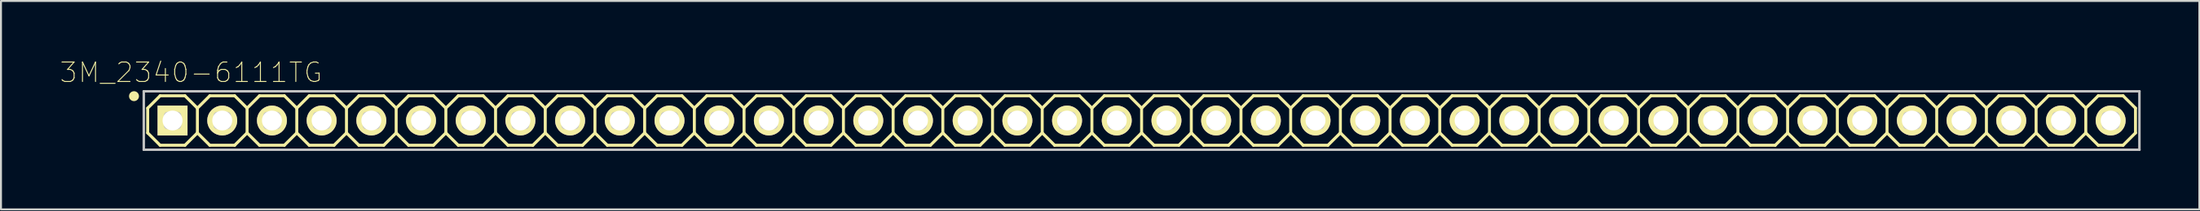
<source format=kicad_pcb>
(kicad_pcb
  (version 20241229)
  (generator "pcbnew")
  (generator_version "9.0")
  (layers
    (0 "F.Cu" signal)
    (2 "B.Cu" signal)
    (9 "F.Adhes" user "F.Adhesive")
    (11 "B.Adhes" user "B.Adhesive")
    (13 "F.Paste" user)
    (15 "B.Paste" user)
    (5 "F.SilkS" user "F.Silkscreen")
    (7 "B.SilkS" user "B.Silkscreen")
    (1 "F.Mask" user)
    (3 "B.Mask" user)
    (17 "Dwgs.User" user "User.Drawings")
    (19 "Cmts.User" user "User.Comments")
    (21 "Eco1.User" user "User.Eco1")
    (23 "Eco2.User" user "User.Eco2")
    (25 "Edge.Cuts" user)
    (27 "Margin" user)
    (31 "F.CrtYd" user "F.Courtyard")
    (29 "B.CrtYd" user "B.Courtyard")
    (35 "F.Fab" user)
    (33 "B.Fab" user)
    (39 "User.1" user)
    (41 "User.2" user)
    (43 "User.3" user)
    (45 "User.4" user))
  (footprint "3M_2340-6111TG"
    (layer "F.Cu")
    (at 55.299 3.137)
    (property "Reference" "3M_2340-6111TG" (at -48.586 -2.464 0) (layer "F.SilkS") (effects (font (size 1 1) (thickness 0.05))))
    (attr through_hole)
    (fp_line (start -50.8 -0.635) (end -50.8 0.635) (stroke (width 0.152) (type solid)) (layer "F.SilkS"))
    (fp_line (start -50.8 0.635) (end -50.165 1.27) (stroke (width 0.152) (type solid)) (layer "F.SilkS"))
    (fp_line (start -50.165 -1.27) (end -50.8 -0.635) (stroke (width 0.152) (type solid)) (layer "F.SilkS"))
    (fp_line (start -50.165 -1.27) (end -48.895 -1.27) (stroke (width 0.152) (type solid)) (layer "F.SilkS"))
    (fp_line (start -48.895 -1.27) (end -48.26 -0.635) (stroke (width 0.152) (type solid)) (layer "F.SilkS"))
    (fp_line (start -48.895 1.27) (end -50.165 1.27) (stroke (width 0.152) (type solid)) (layer "F.SilkS"))
    (fp_line (start -48.26 -0.635) (end -48.26 0.635) (stroke (width 0.152) (type solid)) (layer "F.SilkS"))
    (fp_line (start -48.26 -0.635) (end -47.625 -1.27) (stroke (width 0.152) (type solid)) (layer "F.SilkS"))
    (fp_line (start -48.26 0.635) (end -48.895 1.27) (stroke (width 0.152) (type solid)) (layer "F.SilkS"))
    (fp_line (start -47.625 -1.27) (end -46.355 -1.27) (stroke (width 0.152) (type solid)) (layer "F.SilkS"))
    (fp_line (start -47.625 1.27) (end -48.26 0.635) (stroke (width 0.152) (type solid)) (layer "F.SilkS"))
    (fp_line (start -46.355 -1.27) (end -45.72 -0.635) (stroke (width 0.152) (type solid)) (layer "F.SilkS"))
    (fp_line (start -46.355 1.27) (end -47.625 1.27) (stroke (width 0.152) (type solid)) (layer "F.SilkS"))
    (fp_line (start -45.72 -0.635) (end -45.72 0.635) (stroke (width 0.152) (type solid)) (layer "F.SilkS"))
    (fp_line (start -45.72 -0.635) (end -45.085 -1.27) (stroke (width 0.152) (type solid)) (layer "F.SilkS"))
    (fp_line (start -45.72 0.635) (end -46.355 1.27) (stroke (width 0.152) (type solid)) (layer "F.SilkS"))
    (fp_line (start -45.085 -1.27) (end -43.815 -1.27) (stroke (width 0.152) (type solid)) (layer "F.SilkS"))
    (fp_line (start -45.085 1.27) (end -45.72 0.635) (stroke (width 0.152) (type solid)) (layer "F.SilkS"))
    (fp_line (start -43.815 -1.27) (end -43.18 -0.635) (stroke (width 0.152) (type solid)) (layer "F.SilkS"))
    (fp_line (start -43.815 1.27) (end -45.085 1.27) (stroke (width 0.152) (type solid)) (layer "F.SilkS"))
    (fp_line (start -43.18 -0.635) (end -43.18 0.635) (stroke (width 0.152) (type solid)) (layer "F.SilkS"))
    (fp_line (start -43.18 0.635) (end -43.815 1.27) (stroke (width 0.152) (type solid)) (layer "F.SilkS"))
    (fp_line (start -43.18 0.635) (end -42.545 1.27) (stroke (width 0.152) (type solid)) (layer "F.SilkS"))
    (fp_line (start -42.545 -1.27) (end -43.18 -0.635) (stroke (width 0.152) (type solid)) (layer "F.SilkS"))
    (fp_line (start -42.545 -1.27) (end -41.275 -1.27) (stroke (width 0.152) (type solid)) (layer "F.SilkS"))
    (fp_line (start -41.275 -1.27) (end -40.64 -0.635) (stroke (width 0.152) (type solid)) (layer "F.SilkS"))
    (fp_line (start -41.275 1.27) (end -42.545 1.27) (stroke (width 0.152) (type solid)) (layer "F.SilkS"))
    (fp_line (start -40.64 -0.635) (end -40.64 0.635) (stroke (width 0.152) (type solid)) (layer "F.SilkS"))
    (fp_line (start -40.64 -0.635) (end -40.005 -1.27) (stroke (width 0.152) (type solid)) (layer "F.SilkS"))
    (fp_line (start -40.64 0.635) (end -41.275 1.27) (stroke (width 0.152) (type solid)) (layer "F.SilkS"))
    (fp_line (start -40.005 -1.27) (end -38.735 -1.27) (stroke (width 0.152) (type solid)) (layer "F.SilkS"))
    (fp_line (start -40.005 1.27) (end -40.64 0.635) (stroke (width 0.152) (type solid)) (layer "F.SilkS"))
    (fp_line (start -38.735 -1.27) (end -38.1 -0.635) (stroke (width 0.152) (type solid)) (layer "F.SilkS"))
    (fp_line (start -38.735 1.27) (end -40.005 1.27) (stroke (width 0.152) (type solid)) (layer "F.SilkS"))
    (fp_line (start -38.1 -0.635) (end -38.1 0.635) (stroke (width 0.152) (type solid)) (layer "F.SilkS"))
    (fp_line (start -38.1 -0.635) (end -37.465 -1.27) (stroke (width 0.152) (type solid)) (layer "F.SilkS"))
    (fp_line (start -38.1 0.635) (end -38.735 1.27) (stroke (width 0.152) (type solid)) (layer "F.SilkS"))
    (fp_line (start -37.465 -1.27) (end -36.195 -1.27) (stroke (width 0.152) (type solid)) (layer "F.SilkS"))
    (fp_line (start -37.465 1.27) (end -38.1 0.635) (stroke (width 0.152) (type solid)) (layer "F.SilkS"))
    (fp_line (start -36.195 -1.27) (end -35.56 -0.635) (stroke (width 0.152) (type solid)) (layer "F.SilkS"))
    (fp_line (start -36.195 1.27) (end -37.465 1.27) (stroke (width 0.152) (type solid)) (layer "F.SilkS"))
    (fp_line (start -35.56 -0.635) (end -35.56 0.635) (stroke (width 0.152) (type solid)) (layer "F.SilkS"))
    (fp_line (start -35.56 0.635) (end -36.195 1.27) (stroke (width 0.152) (type solid)) (layer "F.SilkS"))
    (fp_line (start -35.56 0.635) (end -34.925 1.27) (stroke (width 0.152) (type solid)) (layer "F.SilkS"))
    (fp_line (start -34.925 -1.27) (end -35.56 -0.635) (stroke (width 0.152) (type solid)) (layer "F.SilkS"))
    (fp_line (start -34.925 -1.27) (end -33.655 -1.27) (stroke (width 0.152) (type solid)) (layer "F.SilkS"))
    (fp_line (start -33.655 -1.27) (end -33.02 -0.635) (stroke (width 0.152) (type solid)) (layer "F.SilkS"))
    (fp_line (start -33.655 1.27) (end -34.925 1.27) (stroke (width 0.152) (type solid)) (layer "F.SilkS"))
    (fp_line (start -33.02 -0.635) (end -33.02 0.635) (stroke (width 0.152) (type solid)) (layer "F.SilkS"))
    (fp_line (start -33.02 -0.635) (end -32.385 -1.27) (stroke (width 0.152) (type solid)) (layer "F.SilkS"))
    (fp_line (start -33.02 0.635) (end -33.655 1.27) (stroke (width 0.152) (type solid)) (layer "F.SilkS"))
    (fp_line (start -32.385 -1.27) (end -31.115 -1.27) (stroke (width 0.152) (type solid)) (layer "F.SilkS"))
    (fp_line (start -32.385 1.27) (end -33.02 0.635) (stroke (width 0.152) (type solid)) (layer "F.SilkS"))
    (fp_line (start -31.115 -1.27) (end -30.48 -0.635) (stroke (width 0.152) (type solid)) (layer "F.SilkS"))
    (fp_line (start -31.115 1.27) (end -32.385 1.27) (stroke (width 0.152) (type solid)) (layer "F.SilkS"))
    (fp_line (start -30.48 -0.635) (end -30.48 0.635) (stroke (width 0.152) (type solid)) (layer "F.SilkS"))
    (fp_line (start -30.48 -0.635) (end -29.845 -1.27) (stroke (width 0.152) (type solid)) (layer "F.SilkS"))
    (fp_line (start -30.48 0.635) (end -31.115 1.27) (stroke (width 0.152) (type solid)) (layer "F.SilkS"))
    (fp_line (start -29.845 -1.27) (end -28.575 -1.27) (stroke (width 0.152) (type solid)) (layer "F.SilkS"))
    (fp_line (start -29.845 1.27) (end -30.48 0.635) (stroke (width 0.152) (type solid)) (layer "F.SilkS"))
    (fp_line (start -28.575 -1.27) (end -27.94 -0.635) (stroke (width 0.152) (type solid)) (layer "F.SilkS"))
    (fp_line (start -28.575 1.27) (end -29.845 1.27) (stroke (width 0.152) (type solid)) (layer "F.SilkS"))
    (fp_line (start -27.94 -0.635) (end -27.94 0.635) (stroke (width 0.152) (type solid)) (layer "F.SilkS"))
    (fp_line (start -27.94 0.635) (end -28.575 1.27) (stroke (width 0.152) (type solid)) (layer "F.SilkS"))
    (fp_line (start -27.94 0.635) (end -27.305 1.27) (stroke (width 0.152) (type solid)) (layer "F.SilkS"))
    (fp_line (start -27.305 -1.27) (end -27.94 -0.635) (stroke (width 0.152) (type solid)) (layer "F.SilkS"))
    (fp_line (start -27.305 -1.27) (end -26.035 -1.27) (stroke (width 0.152) (type solid)) (layer "F.SilkS"))
    (fp_line (start -26.035 -1.27) (end -25.4 -0.635) (stroke (width 0.152) (type solid)) (layer "F.SilkS"))
    (fp_line (start -26.035 1.27) (end -27.305 1.27) (stroke (width 0.152) (type solid)) (layer "F.SilkS"))
    (fp_line (start -25.4 -0.635) (end -25.4 0.635) (stroke (width 0.152) (type solid)) (layer "F.SilkS"))
    (fp_line (start -25.4 -0.635) (end -24.765 -1.27) (stroke (width 0.152) (type solid)) (layer "F.SilkS"))
    (fp_line (start -25.4 0.635) (end -26.035 1.27) (stroke (width 0.152) (type solid)) (layer "F.SilkS"))
    (fp_line (start -24.765 -1.27) (end -23.495 -1.27) (stroke (width 0.152) (type solid)) (layer "F.SilkS"))
    (fp_line (start -24.765 1.27) (end -25.4 0.635) (stroke (width 0.152) (type solid)) (layer "F.SilkS"))
    (fp_line (start -23.495 -1.27) (end -22.86 -0.635) (stroke (width 0.152) (type solid)) (layer "F.SilkS"))
    (fp_line (start -23.495 1.27) (end -24.765 1.27) (stroke (width 0.152) (type solid)) (layer "F.SilkS"))
    (fp_line (start -22.86 -0.635) (end -22.86 0.635) (stroke (width 0.152) (type solid)) (layer "F.SilkS"))
    (fp_line (start -22.86 -0.635) (end -22.225 -1.27) (stroke (width 0.152) (type solid)) (layer "F.SilkS"))
    (fp_line (start -22.86 0.635) (end -23.495 1.27) (stroke (width 0.152) (type solid)) (layer "F.SilkS"))
    (fp_line (start -22.225 -1.27) (end -20.955 -1.27) (stroke (width 0.152) (type solid)) (layer "F.SilkS"))
    (fp_line (start -22.225 1.27) (end -22.86 0.635) (stroke (width 0.152) (type solid)) (layer "F.SilkS"))
    (fp_line (start -20.955 -1.27) (end -20.32 -0.635) (stroke (width 0.152) (type solid)) (layer "F.SilkS"))
    (fp_line (start -20.955 1.27) (end -22.225 1.27) (stroke (width 0.152) (type solid)) (layer "F.SilkS"))
    (fp_line (start -20.32 -0.635) (end -20.32 0.635) (stroke (width 0.152) (type solid)) (layer "F.SilkS"))
    (fp_line (start -20.32 0.635) (end -20.955 1.27) (stroke (width 0.152) (type solid)) (layer "F.SilkS"))
    (fp_line (start -20.32 0.635) (end -19.685 1.27) (stroke (width 0.152) (type solid)) (layer "F.SilkS"))
    (fp_line (start -19.685 -1.27) (end -20.32 -0.635) (stroke (width 0.152) (type solid)) (layer "F.SilkS"))
    (fp_line (start -19.685 -1.27) (end -18.415 -1.27) (stroke (width 0.152) (type solid)) (layer "F.SilkS"))
    (fp_line (start -18.415 -1.27) (end -17.78 -0.635) (stroke (width 0.152) (type solid)) (layer "F.SilkS"))
    (fp_line (start -18.415 1.27) (end -19.685 1.27) (stroke (width 0.152) (type solid)) (layer "F.SilkS"))
    (fp_line (start -17.78 -0.635) (end -17.78 0.635) (stroke (width 0.152) (type solid)) (layer "F.SilkS"))
    (fp_line (start -17.78 -0.635) (end -17.145 -1.27) (stroke (width 0.152) (type solid)) (layer "F.SilkS"))
    (fp_line (start -17.78 0.635) (end -18.415 1.27) (stroke (width 0.152) (type solid)) (layer "F.SilkS"))
    (fp_line (start -17.145 -1.27) (end -15.875 -1.27) (stroke (width 0.152) (type solid)) (layer "F.SilkS"))
    (fp_line (start -17.145 1.27) (end -17.78 0.635) (stroke (width 0.152) (type solid)) (layer "F.SilkS"))
    (fp_line (start -15.875 -1.27) (end -15.24 -0.635) (stroke (width 0.152) (type solid)) (layer "F.SilkS"))
    (fp_line (start -15.875 1.27) (end -17.145 1.27) (stroke (width 0.152) (type solid)) (layer "F.SilkS"))
    (fp_line (start -15.24 -0.635) (end -15.24 0.635) (stroke (width 0.152) (type solid)) (layer "F.SilkS"))
    (fp_line (start -15.24 -0.635) (end -14.605 -1.27) (stroke (width 0.152) (type solid)) (layer "F.SilkS"))
    (fp_line (start -15.24 0.635) (end -15.875 1.27) (stroke (width 0.152) (type solid)) (layer "F.SilkS"))
    (fp_line (start -14.605 -1.27) (end -13.335 -1.27) (stroke (width 0.152) (type solid)) (layer "F.SilkS"))
    (fp_line (start -14.605 1.27) (end -15.24 0.635) (stroke (width 0.152) (type solid)) (layer "F.SilkS"))
    (fp_line (start -13.335 -1.27) (end -12.7 -0.635) (stroke (width 0.152) (type solid)) (layer "F.SilkS"))
    (fp_line (start -13.335 1.27) (end -14.605 1.27) (stroke (width 0.152) (type solid)) (layer "F.SilkS"))
    (fp_line (start -12.7 -0.635) (end -12.7 0.635) (stroke (width 0.152) (type solid)) (layer "F.SilkS"))
    (fp_line (start -12.7 0.635) (end -13.335 1.27) (stroke (width 0.152) (type solid)) (layer "F.SilkS"))
    (fp_line (start -12.7 0.635) (end -12.065 1.27) (stroke (width 0.152) (type solid)) (layer "F.SilkS"))
    (fp_line (start -12.065 -1.27) (end -12.7 -0.635) (stroke (width 0.152) (type solid)) (layer "F.SilkS"))
    (fp_line (start -12.065 -1.27) (end -10.795 -1.27) (stroke (width 0.152) (type solid)) (layer "F.SilkS"))
    (fp_line (start -10.795 -1.27) (end -10.16 -0.635) (stroke (width 0.152) (type solid)) (layer "F.SilkS"))
    (fp_line (start -10.795 1.27) (end -12.065 1.27) (stroke (width 0.152) (type solid)) (layer "F.SilkS"))
    (fp_line (start -10.16 -0.635) (end -10.16 0.635) (stroke (width 0.152) (type solid)) (layer "F.SilkS"))
    (fp_line (start -10.16 -0.635) (end -9.525 -1.27) (stroke (width 0.152) (type solid)) (layer "F.SilkS"))
    (fp_line (start -10.16 0.635) (end -10.795 1.27) (stroke (width 0.152) (type solid)) (layer "F.SilkS"))
    (fp_line (start -9.525 -1.27) (end -8.255 -1.27) (stroke (width 0.152) (type solid)) (layer "F.SilkS"))
    (fp_line (start -9.525 1.27) (end -10.16 0.635) (stroke (width 0.152) (type solid)) (layer "F.SilkS"))
    (fp_line (start -8.255 -1.27) (end -7.62 -0.635) (stroke (width 0.152) (type solid)) (layer "F.SilkS"))
    (fp_line (start -8.255 1.27) (end -9.525 1.27) (stroke (width 0.152) (type solid)) (layer "F.SilkS"))
    (fp_line (start -7.62 -0.635) (end -7.62 0.635) (stroke (width 0.152) (type solid)) (layer "F.SilkS"))
    (fp_line (start -7.62 -0.635) (end -6.985 -1.27) (stroke (width 0.152) (type solid)) (layer "F.SilkS"))
    (fp_line (start -7.62 0.635) (end -8.255 1.27) (stroke (width 0.152) (type solid)) (layer "F.SilkS"))
    (fp_line (start -6.985 -1.27) (end -5.715 -1.27) (stroke (width 0.152) (type solid)) (layer "F.SilkS"))
    (fp_line (start -6.985 1.27) (end -7.62 0.635) (stroke (width 0.152) (type solid)) (layer "F.SilkS"))
    (fp_line (start -5.715 -1.27) (end -5.08 -0.635) (stroke (width 0.152) (type solid)) (layer "F.SilkS"))
    (fp_line (start -5.715 1.27) (end -6.985 1.27) (stroke (width 0.152) (type solid)) (layer "F.SilkS"))
    (fp_line (start -5.08 -0.635) (end -5.08 0.635) (stroke (width 0.152) (type solid)) (layer "F.SilkS"))
    (fp_line (start -5.08 0.635) (end -5.715 1.27) (stroke (width 0.152) (type solid)) (layer "F.SilkS"))
    (fp_line (start -5.08 0.635) (end -4.445 1.27) (stroke (width 0.152) (type solid)) (layer "F.SilkS"))
    (fp_line (start -4.445 -1.27) (end -5.08 -0.635) (stroke (width 0.152) (type solid)) (layer "F.SilkS"))
    (fp_line (start -4.445 -1.27) (end -3.175 -1.27) (stroke (width 0.152) (type solid)) (layer "F.SilkS"))
    (fp_line (start -3.175 -1.27) (end -2.54 -0.635) (stroke (width 0.152) (type solid)) (layer "F.SilkS"))
    (fp_line (start -3.175 1.27) (end -4.445 1.27) (stroke (width 0.152) (type solid)) (layer "F.SilkS"))
    (fp_line (start -2.54 -0.635) (end -2.54 0.635) (stroke (width 0.152) (type solid)) (layer "F.SilkS"))
    (fp_line (start -2.54 0.635) (end -3.175 1.27) (stroke (width 0.152) (type solid)) (layer "F.SilkS"))
    (fp_line (start -2.54 0.635) (end -1.905 1.27) (stroke (width 0.152) (type solid)) (layer "F.SilkS"))
    (fp_line (start -1.905 -1.27) (end -2.54 -0.635) (stroke (width 0.152) (type solid)) (layer "F.SilkS"))
    (fp_line (start -1.905 -1.27) (end -0.635 -1.27) (stroke (width 0.152) (type solid)) (layer "F.SilkS"))
    (fp_line (start -0.635 -1.27) (end 0 -0.635) (stroke (width 0.152) (type solid)) (layer "F.SilkS"))
    (fp_line (start -0.635 1.27) (end -1.905 1.27) (stroke (width 0.152) (type solid)) (layer "F.SilkS"))
    (fp_line (start 0 -0.635) (end 0 0.635) (stroke (width 0.152) (type solid)) (layer "F.SilkS"))
    (fp_line (start 0 0.635) (end -0.635 1.27) (stroke (width 0.152) (type solid)) (layer "F.SilkS"))
    (fp_line (start 0 0.635) (end 0.635 1.27) (stroke (width 0.152) (type solid)) (layer "F.SilkS"))
    (fp_line (start 0.635 -1.27) (end 0 -0.635) (stroke (width 0.152) (type solid)) (layer "F.SilkS"))
    (fp_line (start 0.635 -1.27) (end 1.905 -1.27) (stroke (width 0.152) (type solid)) (layer "F.SilkS"))
    (fp_line (start 1.905 -1.27) (end 2.54 -0.635) (stroke (width 0.152) (type solid)) (layer "F.SilkS"))
    (fp_line (start 1.905 1.27) (end 0.635 1.27) (stroke (width 0.152) (type solid)) (layer "F.SilkS"))
    (fp_line (start 2.54 -0.635) (end 2.54 0.635) (stroke (width 0.152) (type solid)) (layer "F.SilkS"))
    (fp_line (start 2.54 0.635) (end 1.905 1.27) (stroke (width 0.152) (type solid)) (layer "F.SilkS"))
    (fp_line (start 2.54 0.635) (end 3.175 1.27) (stroke (width 0.152) (type solid)) (layer "F.SilkS"))
    (fp_line (start 3.175 -1.27) (end 2.54 -0.635) (stroke (width 0.152) (type solid)) (layer "F.SilkS"))
    (fp_line (start 3.175 -1.27) (end 4.445 -1.27) (stroke (width 0.152) (type solid)) (layer "F.SilkS"))
    (fp_line (start 4.445 -1.27) (end 5.08 -0.635) (stroke (width 0.152) (type solid)) (layer "F.SilkS"))
    (fp_line (start 4.445 1.27) (end 3.175 1.27) (stroke (width 0.152) (type solid)) (layer "F.SilkS"))
    (fp_line (start 5.08 -0.635) (end 5.08 0.635) (stroke (width 0.152) (type solid)) (layer "F.SilkS"))
    (fp_line (start 5.08 0.635) (end 4.445 1.27) (stroke (width 0.152) (type solid)) (layer "F.SilkS"))
    (fp_line (start 5.08 0.635) (end 5.715 1.27) (stroke (width 0.152) (type solid)) (layer "F.SilkS"))
    (fp_line (start 5.715 -1.27) (end 5.08 -0.635) (stroke (width 0.152) (type solid)) (layer "F.SilkS"))
    (fp_line (start 5.715 -1.27) (end 6.985 -1.27) (stroke (width 0.152) (type solid)) (layer "F.SilkS"))
    (fp_line (start 6.985 -1.27) (end 7.62 -0.635) (stroke (width 0.152) (type solid)) (layer "F.SilkS"))
    (fp_line (start 6.985 1.27) (end 5.715 1.27) (stroke (width 0.152) (type solid)) (layer "F.SilkS"))
    (fp_line (start 7.62 -0.635) (end 7.62 0.635) (stroke (width 0.152) (type solid)) (layer "F.SilkS"))
    (fp_line (start 7.62 0.635) (end 6.985 1.27) (stroke (width 0.152) (type solid)) (layer "F.SilkS"))
    (fp_line (start 7.62 0.635) (end 8.255 1.27) (stroke (width 0.152) (type solid)) (layer "F.SilkS"))
    (fp_line (start 8.255 -1.27) (end 7.62 -0.635) (stroke (width 0.152) (type solid)) (layer "F.SilkS"))
    (fp_line (start 8.255 -1.27) (end 9.525 -1.27) (stroke (width 0.152) (type solid)) (layer "F.SilkS"))
    (fp_line (start 9.525 -1.27) (end 10.16 -0.635) (stroke (width 0.152) (type solid)) (layer "F.SilkS"))
    (fp_line (start 9.525 1.27) (end 8.255 1.27) (stroke (width 0.152) (type solid)) (layer "F.SilkS"))
    (fp_line (start 10.16 -0.635) (end 10.16 0.635) (stroke (width 0.152) (type solid)) (layer "F.SilkS"))
    (fp_line (start 10.16 0.635) (end 9.525 1.27) (stroke (width 0.152) (type solid)) (layer "F.SilkS"))
    (fp_line (start 10.16 0.635) (end 10.795 1.27) (stroke (width 0.152) (type solid)) (layer "F.SilkS"))
    (fp_line (start 10.795 -1.27) (end 10.16 -0.635) (stroke (width 0.152) (type solid)) (layer "F.SilkS"))
    (fp_line (start 10.795 -1.27) (end 12.065 -1.27) (stroke (width 0.152) (type solid)) (layer "F.SilkS"))
    (fp_line (start 12.065 -1.27) (end 12.7 -0.635) (stroke (width 0.152) (type solid)) (layer "F.SilkS"))
    (fp_line (start 12.065 1.27) (end 10.795 1.27) (stroke (width 0.152) (type solid)) (layer "F.SilkS"))
    (fp_line (start 12.7 -0.635) (end 12.7 0.635) (stroke (width 0.152) (type solid)) (layer "F.SilkS"))
    (fp_line (start 12.7 0.635) (end 12.065 1.27) (stroke (width 0.152) (type solid)) (layer "F.SilkS"))
    (fp_line (start 12.7 0.635) (end 13.335 1.27) (stroke (width 0.152) (type solid)) (layer "F.SilkS"))
    (fp_line (start 13.335 -1.27) (end 12.7 -0.635) (stroke (width 0.152) (type solid)) (layer "F.SilkS"))
    (fp_line (start 13.335 -1.27) (end 14.605 -1.27) (stroke (width 0.152) (type solid)) (layer "F.SilkS"))
    (fp_line (start 14.605 -1.27) (end 15.24 -0.635) (stroke (width 0.152) (type solid)) (layer "F.SilkS"))
    (fp_line (start 14.605 1.27) (end 13.335 1.27) (stroke (width 0.152) (type solid)) (layer "F.SilkS"))
    (fp_line (start 15.24 -0.635) (end 15.24 0.635) (stroke (width 0.152) (type solid)) (layer "F.SilkS"))
    (fp_line (start 15.24 0.635) (end 14.605 1.27) (stroke (width 0.152) (type solid)) (layer "F.SilkS"))
    (fp_line (start 15.24 0.635) (end 15.875 1.27) (stroke (width 0.152) (type solid)) (layer "F.SilkS"))
    (fp_line (start 15.875 -1.27) (end 15.24 -0.635) (stroke (width 0.152) (type solid)) (layer "F.SilkS"))
    (fp_line (start 15.875 -1.27) (end 17.145 -1.27) (stroke (width 0.152) (type solid)) (layer "F.SilkS"))
    (fp_line (start 17.145 -1.27) (end 17.78 -0.635) (stroke (width 0.152) (type solid)) (layer "F.SilkS"))
    (fp_line (start 17.145 1.27) (end 15.875 1.27) (stroke (width 0.152) (type solid)) (layer "F.SilkS"))
    (fp_line (start 17.78 -0.635) (end 17.78 0.635) (stroke (width 0.152) (type solid)) (layer "F.SilkS"))
    (fp_line (start 17.78 0.635) (end 17.145 1.27) (stroke (width 0.152) (type solid)) (layer "F.SilkS"))
    (fp_line (start 17.78 0.635) (end 18.415 1.27) (stroke (width 0.152) (type solid)) (layer "F.SilkS"))
    (fp_line (start 18.415 -1.27) (end 17.78 -0.635) (stroke (width 0.152) (type solid)) (layer "F.SilkS"))
    (fp_line (start 18.415 -1.27) (end 19.685 -1.27) (stroke (width 0.152) (type solid)) (layer "F.SilkS"))
    (fp_line (start 19.685 -1.27) (end 20.32 -0.635) (stroke (width 0.152) (type solid)) (layer "F.SilkS"))
    (fp_line (start 19.685 1.27) (end 18.415 1.27) (stroke (width 0.152) (type solid)) (layer "F.SilkS"))
    (fp_line (start 20.32 -0.635) (end 20.32 0.635) (stroke (width 0.152) (type solid)) (layer "F.SilkS"))
    (fp_line (start 20.32 0.635) (end 19.685 1.27) (stroke (width 0.152) (type solid)) (layer "F.SilkS"))
    (fp_line (start 20.32 0.635) (end 20.955 1.27) (stroke (width 0.152) (type solid)) (layer "F.SilkS"))
    (fp_line (start 20.955 -1.27) (end 20.32 -0.635) (stroke (width 0.152) (type solid)) (layer "F.SilkS"))
    (fp_line (start 20.955 -1.27) (end 22.225 -1.27) (stroke (width 0.152) (type solid)) (layer "F.SilkS"))
    (fp_line (start 22.225 -1.27) (end 22.86 -0.635) (stroke (width 0.152) (type solid)) (layer "F.SilkS"))
    (fp_line (start 22.225 1.27) (end 20.955 1.27) (stroke (width 0.152) (type solid)) (layer "F.SilkS"))
    (fp_line (start 22.86 -0.635) (end 22.86 0.635) (stroke (width 0.152) (type solid)) (layer "F.SilkS"))
    (fp_line (start 22.86 0.635) (end 22.225 1.27) (stroke (width 0.152) (type solid)) (layer "F.SilkS"))
    (fp_line (start 22.86 0.635) (end 23.495 1.27) (stroke (width 0.152) (type solid)) (layer "F.SilkS"))
    (fp_line (start 23.495 -1.27) (end 22.86 -0.635) (stroke (width 0.152) (type solid)) (layer "F.SilkS"))
    (fp_line (start 23.495 -1.27) (end 24.765 -1.27) (stroke (width 0.152) (type solid)) (layer "F.SilkS"))
    (fp_line (start 24.765 -1.27) (end 25.4 -0.635) (stroke (width 0.152) (type solid)) (layer "F.SilkS"))
    (fp_line (start 24.765 1.27) (end 23.495 1.27) (stroke (width 0.152) (type solid)) (layer "F.SilkS"))
    (fp_line (start 25.4 -0.635) (end 25.4 0.635) (stroke (width 0.152) (type solid)) (layer "F.SilkS"))
    (fp_line (start 25.4 0.635) (end 24.765 1.27) (stroke (width 0.152) (type solid)) (layer "F.SilkS"))
    (fp_line (start 25.4 0.635) (end 26.035 1.27) (stroke (width 0.152) (type solid)) (layer "F.SilkS"))
    (fp_line (start 26.035 -1.27) (end 25.4 -0.635) (stroke (width 0.152) (type solid)) (layer "F.SilkS"))
    (fp_line (start 26.035 -1.27) (end 27.305 -1.27) (stroke (width 0.152) (type solid)) (layer "F.SilkS"))
    (fp_line (start 27.305 -1.27) (end 27.94 -0.635) (stroke (width 0.152) (type solid)) (layer "F.SilkS"))
    (fp_line (start 27.305 1.27) (end 26.035 1.27) (stroke (width 0.152) (type solid)) (layer "F.SilkS"))
    (fp_line (start 27.94 -0.635) (end 27.94 0.635) (stroke (width 0.152) (type solid)) (layer "F.SilkS"))
    (fp_line (start 27.94 -0.635) (end 28.575 -1.27) (stroke (width 0.152) (type solid)) (layer "F.SilkS"))
    (fp_line (start 27.94 0.635) (end 27.305 1.27) (stroke (width 0.152) (type solid)) (layer "F.SilkS"))
    (fp_line (start 28.575 -1.27) (end 29.845 -1.27) (stroke (width 0.152) (type solid)) (layer "F.SilkS"))
    (fp_line (start 28.575 1.27) (end 27.94 0.635) (stroke (width 0.152) (type solid)) (layer "F.SilkS"))
    (fp_line (start 29.845 -1.27) (end 30.48 -0.635) (stroke (width 0.152) (type solid)) (layer "F.SilkS"))
    (fp_line (start 29.845 1.27) (end 28.575 1.27) (stroke (width 0.152) (type solid)) (layer "F.SilkS"))
    (fp_line (start 30.48 -0.635) (end 30.48 0.635) (stroke (width 0.152) (type solid)) (layer "F.SilkS"))
    (fp_line (start 30.48 -0.635) (end 31.115 -1.27) (stroke (width 0.152) (type solid)) (layer "F.SilkS"))
    (fp_line (start 30.48 0.635) (end 29.845 1.27) (stroke (width 0.152) (type solid)) (layer "F.SilkS"))
    (fp_line (start 31.115 -1.27) (end 32.385 -1.27) (stroke (width 0.152) (type solid)) (layer "F.SilkS"))
    (fp_line (start 31.115 1.27) (end 30.48 0.635) (stroke (width 0.152) (type solid)) (layer "F.SilkS"))
    (fp_line (start 32.385 -1.27) (end 33.02 -0.635) (stroke (width 0.152) (type solid)) (layer "F.SilkS"))
    (fp_line (start 32.385 1.27) (end 31.115 1.27) (stroke (width 0.152) (type solid)) (layer "F.SilkS"))
    (fp_line (start 33.02 -0.635) (end 33.02 0.635) (stroke (width 0.152) (type solid)) (layer "F.SilkS"))
    (fp_line (start 33.02 0.635) (end 32.385 1.27) (stroke (width 0.152) (type solid)) (layer "F.SilkS"))
    (fp_line (start 33.02 0.635) (end 33.655 1.27) (stroke (width 0.152) (type solid)) (layer "F.SilkS"))
    (fp_line (start 33.655 -1.27) (end 33.02 -0.635) (stroke (width 0.152) (type solid)) (layer "F.SilkS"))
    (fp_line (start 33.655 -1.27) (end 34.925 -1.27) (stroke (width 0.152) (type solid)) (layer "F.SilkS"))
    (fp_line (start 34.925 -1.27) (end 35.56 -0.635) (stroke (width 0.152) (type solid)) (layer "F.SilkS"))
    (fp_line (start 34.925 1.27) (end 33.655 1.27) (stroke (width 0.152) (type solid)) (layer "F.SilkS"))
    (fp_line (start 35.56 -0.635) (end 35.56 0.635) (stroke (width 0.152) (type solid)) (layer "F.SilkS"))
    (fp_line (start 35.56 -0.635) (end 36.195 -1.27) (stroke (width 0.152) (type solid)) (layer "F.SilkS"))
    (fp_line (start 35.56 0.635) (end 34.925 1.27) (stroke (width 0.152) (type solid)) (layer "F.SilkS"))
    (fp_line (start 36.195 -1.27) (end 37.465 -1.27) (stroke (width 0.152) (type solid)) (layer "F.SilkS"))
    (fp_line (start 36.195 1.27) (end 35.56 0.635) (stroke (width 0.152) (type solid)) (layer "F.SilkS"))
    (fp_line (start 37.465 -1.27) (end 38.1 -0.635) (stroke (width 0.152) (type solid)) (layer "F.SilkS"))
    (fp_line (start 37.465 1.27) (end 36.195 1.27) (stroke (width 0.152) (type solid)) (layer "F.SilkS"))
    (fp_line (start 38.1 -0.635) (end 38.1 0.635) (stroke (width 0.152) (type solid)) (layer "F.SilkS"))
    (fp_line (start 38.1 -0.635) (end 38.735 -1.27) (stroke (width 0.152) (type solid)) (layer "F.SilkS"))
    (fp_line (start 38.1 0.635) (end 37.465 1.27) (stroke (width 0.152) (type solid)) (layer "F.SilkS"))
    (fp_line (start 38.735 -1.27) (end 40.005 -1.27) (stroke (width 0.152) (type solid)) (layer "F.SilkS"))
    (fp_line (start 38.735 1.27) (end 38.1 0.635) (stroke (width 0.152) (type solid)) (layer "F.SilkS"))
    (fp_line (start 40.005 -1.27) (end 40.64 -0.635) (stroke (width 0.152) (type solid)) (layer "F.SilkS"))
    (fp_line (start 40.005 1.27) (end 38.735 1.27) (stroke (width 0.152) (type solid)) (layer "F.SilkS"))
    (fp_line (start 40.64 -0.635) (end 40.64 0.635) (stroke (width 0.152) (type solid)) (layer "F.SilkS"))
    (fp_line (start 40.64 0.635) (end 40.005 1.27) (stroke (width 0.152) (type solid)) (layer "F.SilkS"))
    (fp_line (start 40.64 0.635) (end 41.275 1.27) (stroke (width 0.152) (type solid)) (layer "F.SilkS"))
    (fp_line (start 41.275 -1.27) (end 40.64 -0.635) (stroke (width 0.152) (type solid)) (layer "F.SilkS"))
    (fp_line (start 41.275 -1.27) (end 42.545 -1.27) (stroke (width 0.152) (type solid)) (layer "F.SilkS"))
    (fp_line (start 42.545 -1.27) (end 43.18 -0.635) (stroke (width 0.152) (type solid)) (layer "F.SilkS"))
    (fp_line (start 42.545 1.27) (end 41.275 1.27) (stroke (width 0.152) (type solid)) (layer "F.SilkS"))
    (fp_line (start 43.18 -0.635) (end 43.18 0.635) (stroke (width 0.152) (type solid)) (layer "F.SilkS"))
    (fp_line (start 43.18 -0.635) (end 43.815 -1.27) (stroke (width 0.152) (type solid)) (layer "F.SilkS"))
    (fp_line (start 43.18 0.635) (end 42.545 1.27) (stroke (width 0.152) (type solid)) (layer "F.SilkS"))
    (fp_line (start 43.815 -1.27) (end 45.085 -1.27) (stroke (width 0.152) (type solid)) (layer "F.SilkS"))
    (fp_line (start 43.815 1.27) (end 43.18 0.635) (stroke (width 0.152) (type solid)) (layer "F.SilkS"))
    (fp_line (start 45.085 -1.27) (end 45.72 -0.635) (stroke (width 0.152) (type solid)) (layer "F.SilkS"))
    (fp_line (start 45.085 1.27) (end 43.815 1.27) (stroke (width 0.152) (type solid)) (layer "F.SilkS"))
    (fp_line (start 45.72 -0.635) (end 45.72 0.635) (stroke (width 0.152) (type solid)) (layer "F.SilkS"))
    (fp_line (start 45.72 -0.635) (end 46.355 -1.27) (stroke (width 0.152) (type solid)) (layer "F.SilkS"))
    (fp_line (start 45.72 0.635) (end 45.085 1.27) (stroke (width 0.152) (type solid)) (layer "F.SilkS"))
    (fp_line (start 46.355 -1.27) (end 47.625 -1.27) (stroke (width 0.152) (type solid)) (layer "F.SilkS"))
    (fp_line (start 46.355 1.27) (end 45.72 0.635) (stroke (width 0.152) (type solid)) (layer "F.SilkS"))
    (fp_line (start 47.625 -1.27) (end 48.26 -0.635) (stroke (width 0.152) (type solid)) (layer "F.SilkS"))
    (fp_line (start 47.625 1.27) (end 46.355 1.27) (stroke (width 0.152) (type solid)) (layer "F.SilkS"))
    (fp_line (start 48.26 -0.635) (end 48.26 0.635) (stroke (width 0.152) (type solid)) (layer "F.SilkS"))
    (fp_line (start 48.26 0.635) (end 47.625 1.27) (stroke (width 0.152) (type solid)) (layer "F.SilkS"))
    (fp_line (start 48.26 0.635) (end 48.895 1.27) (stroke (width 0.152) (type solid)) (layer "F.SilkS"))
    (fp_line (start 48.895 -1.27) (end 48.26 -0.635) (stroke (width 0.152) (type solid)) (layer "F.SilkS"))
    (fp_line (start 48.895 -1.27) (end 50.165 -1.27) (stroke (width 0.152) (type solid)) (layer "F.SilkS"))
    (fp_line (start 50.165 -1.27) (end 50.8 -0.635) (stroke (width 0.152) (type solid)) (layer "F.SilkS"))
    (fp_line (start 50.165 1.27) (end 48.895 1.27) (stroke (width 0.152) (type solid)) (layer "F.SilkS"))
    (fp_line (start 50.8 -0.635) (end 50.8 0.635) (stroke (width 0.152) (type solid)) (layer "F.SilkS"))
    (fp_line (start 50.8 0.635) (end 50.165 1.27) (stroke (width 0.152) (type solid)) (layer "F.SilkS"))
    (fp_circle (center -51.5 -1.25) (end -51.246 -1.25) (stroke (width 0) (type solid)) (fill yes) (layer "F.SilkS"))
    (fp_line (start -51 -1.5) (end 51 -1.5) (stroke (width 0.127) (type solid)) (layer "Dwgs.User"))
    (fp_line (start -51 1.5) (end -51 -1.5) (stroke (width 0.127) (type solid)) (layer "Dwgs.User"))
    (fp_line (start 51 -1.5) (end 51 1.5) (stroke (width 0.127) (type solid)) (layer "Dwgs.User"))
    (fp_line (start 51 1.5) (end -51 1.5) (stroke (width 0.127) (type solid)) (layer "Dwgs.User"))
    (fp_poly (pts (xy -49.784 -0.254) (xy -49.276 -0.254) (xy -49.276 0.254) (xy -49.784 0.254)) (stroke (width 0.381) (type solid)) (fill no) (layer "Dwgs.User"))
    (fp_poly (pts (xy -47.244 -0.254) (xy -46.736 -0.254) (xy -46.736 0.254) (xy -47.244 0.254)) (stroke (width 0.381) (type solid)) (fill no) (layer "Dwgs.User"))
    (fp_poly (pts (xy -44.704 -0.254) (xy -44.196 -0.254) (xy -44.196 0.254) (xy -44.704 0.254)) (stroke (width 0.381) (type solid)) (fill no) (layer "Dwgs.User"))
    (fp_poly (pts (xy -42.164 -0.254) (xy -41.656 -0.254) (xy -41.656 0.254) (xy -42.164 0.254)) (stroke (width 0.381) (type solid)) (fill no) (layer "Dwgs.User"))
    (fp_poly (pts (xy -39.624 -0.254) (xy -39.116 -0.254) (xy -39.116 0.254) (xy -39.624 0.254)) (stroke (width 0.381) (type solid)) (fill no) (layer "Dwgs.User"))
    (fp_poly (pts (xy -37.084 -0.254) (xy -36.576 -0.254) (xy -36.576 0.254) (xy -37.084 0.254)) (stroke (width 0.381) (type solid)) (fill no) (layer "Dwgs.User"))
    (fp_poly (pts (xy -34.544 -0.254) (xy -34.036 -0.254) (xy -34.036 0.254) (xy -34.544 0.254)) (stroke (width 0.381) (type solid)) (fill no) (layer "Dwgs.User"))
    (fp_poly (pts (xy -32.004 -0.254) (xy -31.496 -0.254) (xy -31.496 0.254) (xy -32.004 0.254)) (stroke (width 0.381) (type solid)) (fill no) (layer "Dwgs.User"))
    (fp_poly (pts (xy -29.464 -0.254) (xy -28.956 -0.254) (xy -28.956 0.254) (xy -29.464 0.254)) (stroke (width 0.381) (type solid)) (fill no) (layer "Dwgs.User"))
    (fp_poly (pts (xy -26.924 -0.254) (xy -26.416 -0.254) (xy -26.416 0.254) (xy -26.924 0.254)) (stroke (width 0.381) (type solid)) (fill no) (layer "Dwgs.User"))
    (fp_poly (pts (xy -24.384 -0.254) (xy -23.876 -0.254) (xy -23.876 0.254) (xy -24.384 0.254)) (stroke (width 0.381) (type solid)) (fill no) (layer "Dwgs.User"))
    (fp_poly (pts (xy -21.844 -0.254) (xy -21.336 -0.254) (xy -21.336 0.254) (xy -21.844 0.254)) (stroke (width 0.381) (type solid)) (fill no) (layer "Dwgs.User"))
    (fp_poly (pts (xy -19.304 -0.254) (xy -18.796 -0.254) (xy -18.796 0.254) (xy -19.304 0.254)) (stroke (width 0.381) (type solid)) (fill no) (layer "Dwgs.User"))
    (fp_poly (pts (xy -16.764 -0.254) (xy -16.256 -0.254) (xy -16.256 0.254) (xy -16.764 0.254)) (stroke (width 0.381) (type solid)) (fill no) (layer "Dwgs.User"))
    (fp_poly (pts (xy -14.224 -0.254) (xy -13.716 -0.254) (xy -13.716 0.254) (xy -14.224 0.254)) (stroke (width 0.381) (type solid)) (fill no) (layer "Dwgs.User"))
    (fp_poly (pts (xy -11.684 -0.254) (xy -11.176 -0.254) (xy -11.176 0.254) (xy -11.684 0.254)) (stroke (width 0.381) (type solid)) (fill no) (layer "Dwgs.User"))
    (fp_poly (pts (xy -9.144 -0.254) (xy -8.636 -0.254) (xy -8.636 0.254) (xy -9.144 0.254)) (stroke (width 0.381) (type solid)) (fill no) (layer "Dwgs.User"))
    (fp_poly (pts (xy -6.604 -0.254) (xy -6.096 -0.254) (xy -6.096 0.254) (xy -6.604 0.254)) (stroke (width 0.381) (type solid)) (fill no) (layer "Dwgs.User"))
    (fp_poly (pts (xy -4.064 -0.254) (xy -3.556 -0.254) (xy -3.556 0.254) (xy -4.064 0.254)) (stroke (width 0.381) (type solid)) (fill no) (layer "Dwgs.User"))
    (fp_poly (pts (xy -1.524 -0.254) (xy -1.016 -0.254) (xy -1.016 0.254) (xy -1.524 0.254)) (stroke (width 0.381) (type solid)) (fill no) (layer "Dwgs.User"))
    (fp_poly (pts (xy 1.016 -0.254) (xy 1.524 -0.254) (xy 1.524 0.254) (xy 1.016 0.254)) (stroke (width 0.381) (type solid)) (fill no) (layer "Dwgs.User"))
    (fp_poly (pts (xy 3.556 -0.254) (xy 4.064 -0.254) (xy 4.064 0.254) (xy 3.556 0.254)) (stroke (width 0.381) (type solid)) (fill no) (layer "Dwgs.User"))
    (fp_poly (pts (xy 6.096 -0.254) (xy 6.604 -0.254) (xy 6.604 0.254) (xy 6.096 0.254)) (stroke (width 0.381) (type solid)) (fill no) (layer "Dwgs.User"))
    (fp_poly (pts (xy 8.636 -0.254) (xy 9.144 -0.254) (xy 9.144 0.254) (xy 8.636 0.254)) (stroke (width 0.381) (type solid)) (fill no) (layer "Dwgs.User"))
    (fp_poly (pts (xy 11.176 -0.254) (xy 11.684 -0.254) (xy 11.684 0.254) (xy 11.176 0.254)) (stroke (width 0.381) (type solid)) (fill no) (layer "Dwgs.User"))
    (fp_poly (pts (xy 13.716 -0.254) (xy 14.224 -0.254) (xy 14.224 0.254) (xy 13.716 0.254)) (stroke (width 0.381) (type solid)) (fill no) (layer "Dwgs.User"))
    (fp_poly (pts (xy 16.256 -0.254) (xy 16.764 -0.254) (xy 16.764 0.254) (xy 16.256 0.254)) (stroke (width 0.381) (type solid)) (fill no) (layer "Dwgs.User"))
    (fp_poly (pts (xy 18.796 -0.254) (xy 19.304 -0.254) (xy 19.304 0.254) (xy 18.796 0.254)) (stroke (width 0.381) (type solid)) (fill no) (layer "Dwgs.User"))
    (fp_poly (pts (xy 21.336 -0.254) (xy 21.844 -0.254) (xy 21.844 0.254) (xy 21.336 0.254)) (stroke (width 0.381) (type solid)) (fill no) (layer "Dwgs.User"))
    (fp_poly (pts (xy 23.876 -0.254) (xy 24.384 -0.254) (xy 24.384 0.254) (xy 23.876 0.254)) (stroke (width 0.381) (type solid)) (fill no) (layer "Dwgs.User"))
    (fp_poly (pts (xy 26.416 -0.254) (xy 26.924 -0.254) (xy 26.924 0.254) (xy 26.416 0.254)) (stroke (width 0.381) (type solid)) (fill no) (layer "Dwgs.User"))
    (fp_poly (pts (xy 28.956 -0.254) (xy 29.464 -0.254) (xy 29.464 0.254) (xy 28.956 0.254)) (stroke (width 0.381) (type solid)) (fill no) (layer "Dwgs.User"))
    (fp_poly (pts (xy 31.496 -0.254) (xy 32.004 -0.254) (xy 32.004 0.254) (xy 31.496 0.254)) (stroke (width 0.381) (type solid)) (fill no) (layer "Dwgs.User"))
    (fp_poly (pts (xy 34.036 -0.254) (xy 34.544 -0.254) (xy 34.544 0.254) (xy 34.036 0.254)) (stroke (width 0.381) (type solid)) (fill no) (layer "Dwgs.User"))
    (fp_poly (pts (xy 36.576 -0.254) (xy 37.084 -0.254) (xy 37.084 0.254) (xy 36.576 0.254)) (stroke (width 0.381) (type solid)) (fill no) (layer "Dwgs.User"))
    (fp_poly (pts (xy 39.116 -0.254) (xy 39.624 -0.254) (xy 39.624 0.254) (xy 39.116 0.254)) (stroke (width 0.381) (type solid)) (fill no) (layer "Dwgs.User"))
    (fp_poly (pts (xy 41.656 -0.254) (xy 42.164 -0.254) (xy 42.164 0.254) (xy 41.656 0.254)) (stroke (width 0.381) (type solid)) (fill no) (layer "Dwgs.User"))
    (fp_poly (pts (xy 44.196 -0.254) (xy 44.704 -0.254) (xy 44.704 0.254) (xy 44.196 0.254)) (stroke (width 0.381) (type solid)) (fill no) (layer "Dwgs.User"))
    (fp_poly (pts (xy 46.736 -0.254) (xy 47.244 -0.254) (xy 47.244 0.254) (xy 46.736 0.254)) (stroke (width 0.381) (type solid)) (fill no) (layer "Dwgs.User"))
    (fp_poly (pts (xy 49.276 -0.254) (xy 49.784 -0.254) (xy 49.784 0.254) (xy 49.276 0.254)) (stroke (width 0.381) (type solid)) (fill no) (layer "Dwgs.User"))
    (pad "1" thru_hole rect (at -49.53 0 90) (size 1.53 1.53) (drill 1.02) (layers "*.Cu" "*.Mask" "F.SilkS"))
    (pad "2" thru_hole circle (at -46.99 0 90) (size 1.53 1.53) (drill 1.02) (layers "*.Cu" "*.Mask" "F.SilkS"))
    (pad "3" thru_hole circle (at -44.45 0 90) (size 1.53 1.53) (drill 1.02) (layers "*.Cu" "*.Mask" "F.SilkS"))
    (pad "4" thru_hole circle (at -41.91 0 90) (size 1.53 1.53) (drill 1.02) (layers "*.Cu" "*.Mask" "F.SilkS"))
    (pad "5" thru_hole circle (at -39.37 0 90) (size 1.53 1.53) (drill 1.02) (layers "*.Cu" "*.Mask" "F.SilkS"))
    (pad "6" thru_hole circle (at -36.83 0 90) (size 1.53 1.53) (drill 1.02) (layers "*.Cu" "*.Mask" "F.SilkS"))
    (pad "7" thru_hole circle (at -34.29 0 90) (size 1.53 1.53) (drill 1.02) (layers "*.Cu" "*.Mask" "F.SilkS"))
    (pad "8" thru_hole circle (at -31.75 0 90) (size 1.53 1.53) (drill 1.02) (layers "*.Cu" "*.Mask" "F.SilkS"))
    (pad "9" thru_hole circle (at -29.21 0 90) (size 1.53 1.53) (drill 1.02) (layers "*.Cu" "*.Mask" "F.SilkS"))
    (pad "10" thru_hole circle (at -26.67 0 90) (size 1.53 1.53) (drill 1.02) (layers "*.Cu" "*.Mask" "F.SilkS"))
    (pad "11" thru_hole circle (at -24.13 0 90) (size 1.53 1.53) (drill 1.02) (layers "*.Cu" "*.Mask" "F.SilkS"))
    (pad "12" thru_hole circle (at -21.59 0 90) (size 1.53 1.53) (drill 1.02) (layers "*.Cu" "*.Mask" "F.SilkS"))
    (pad "13" thru_hole circle (at -19.05 0 90) (size 1.53 1.53) (drill 1.02) (layers "*.Cu" "*.Mask" "F.SilkS"))
    (pad "14" thru_hole circle (at -16.51 0 90) (size 1.53 1.53) (drill 1.02) (layers "*.Cu" "*.Mask" "F.SilkS"))
    (pad "15" thru_hole circle (at -13.97 0 90) (size 1.53 1.53) (drill 1.02) (layers "*.Cu" "*.Mask" "F.SilkS"))
    (pad "16" thru_hole circle (at -11.43 0 90) (size 1.53 1.53) (drill 1.02) (layers "*.Cu" "*.Mask" "F.SilkS"))
    (pad "17" thru_hole circle (at -8.89 0 90) (size 1.53 1.53) (drill 1.02) (layers "*.Cu" "*.Mask" "F.SilkS"))
    (pad "18" thru_hole circle (at -6.35 0 90) (size 1.53 1.53) (drill 1.02) (layers "*.Cu" "*.Mask" "F.SilkS"))
    (pad "19" thru_hole circle (at -3.81 0 90) (size 1.53 1.53) (drill 1.02) (layers "*.Cu" "*.Mask" "F.SilkS"))
    (pad "20" thru_hole circle (at -1.27 0 90) (size 1.53 1.53) (drill 1.02) (layers "*.Cu" "*.Mask" "F.SilkS"))
    (pad "21" thru_hole circle (at 1.27 0 90) (size 1.53 1.53) (drill 1.02) (layers "*.Cu" "*.Mask" "F.SilkS"))
    (pad "22" thru_hole circle (at 3.81 0 90) (size 1.53 1.53) (drill 1.02) (layers "*.Cu" "*.Mask" "F.SilkS"))
    (pad "23" thru_hole circle (at 6.35 0 90) (size 1.53 1.53) (drill 1.02) (layers "*.Cu" "*.Mask" "F.SilkS"))
    (pad "24" thru_hole circle (at 8.89 0 90) (size 1.53 1.53) (drill 1.02) (layers "*.Cu" "*.Mask" "F.SilkS"))
    (pad "25" thru_hole circle (at 11.43 0 90) (size 1.53 1.53) (drill 1.02) (layers "*.Cu" "*.Mask" "F.SilkS"))
    (pad "26" thru_hole circle (at 13.97 0 90) (size 1.53 1.53) (drill 1.02) (layers "*.Cu" "*.Mask" "F.SilkS"))
    (pad "27" thru_hole circle (at 16.51 0 90) (size 1.53 1.53) (drill 1.02) (layers "*.Cu" "*.Mask" "F.SilkS"))
    (pad "28" thru_hole circle (at 19.05 0 90) (size 1.53 1.53) (drill 1.02) (layers "*.Cu" "*.Mask" "F.SilkS"))
    (pad "29" thru_hole circle (at 21.59 0 90) (size 1.53 1.53) (drill 1.02) (layers "*.Cu" "*.Mask" "F.SilkS"))
    (pad "30" thru_hole circle (at 24.13 0 90) (size 1.53 1.53) (drill 1.02) (layers "*.Cu" "*.Mask" "F.SilkS"))
    (pad "31" thru_hole circle (at 26.67 0 90) (size 1.53 1.53) (drill 1.02) (layers "*.Cu" "*.Mask" "F.SilkS"))
    (pad "32" thru_hole circle (at 29.21 0 90) (size 1.53 1.53) (drill 1.02) (layers "*.Cu" "*.Mask" "F.SilkS"))
    (pad "33" thru_hole circle (at 31.75 0 90) (size 1.53 1.53) (drill 1.02) (layers "*.Cu" "*.Mask" "F.SilkS"))
    (pad "34" thru_hole circle (at 34.29 0 90) (size 1.53 1.53) (drill 1.02) (layers "*.Cu" "*.Mask" "F.SilkS"))
    (pad "35" thru_hole circle (at 36.83 0 90) (size 1.53 1.53) (drill 1.02) (layers "*.Cu" "*.Mask" "F.SilkS"))
    (pad "36" thru_hole circle (at 39.37 0 90) (size 1.53 1.53) (drill 1.02) (layers "*.Cu" "*.Mask" "F.SilkS"))
    (pad "37" thru_hole circle (at 41.91 0 90) (size 1.53 1.53) (drill 1.02) (layers "*.Cu" "*.Mask" "F.SilkS"))
    (pad "38" thru_hole circle (at 44.45 0 90) (size 1.53 1.53) (drill 1.02) (layers "*.Cu" "*.Mask" "F.SilkS"))
    (pad "39" thru_hole circle (at 46.99 0 90) (size 1.53 1.53) (drill 1.02) (layers "*.Cu" "*.Mask" "F.SilkS"))
    (pad "40" thru_hole circle (at 49.53 0 90) (size 1.53 1.53) (drill 1.02) (layers "*.Cu" "*.Mask" "F.SilkS")))
  (gr_rect
    (start -3 -3)
    (end 109.363 7.7)
    (stroke (width 0.1) (type default))
    (fill no)
    (layer "Edge.Cuts")))
</source>
